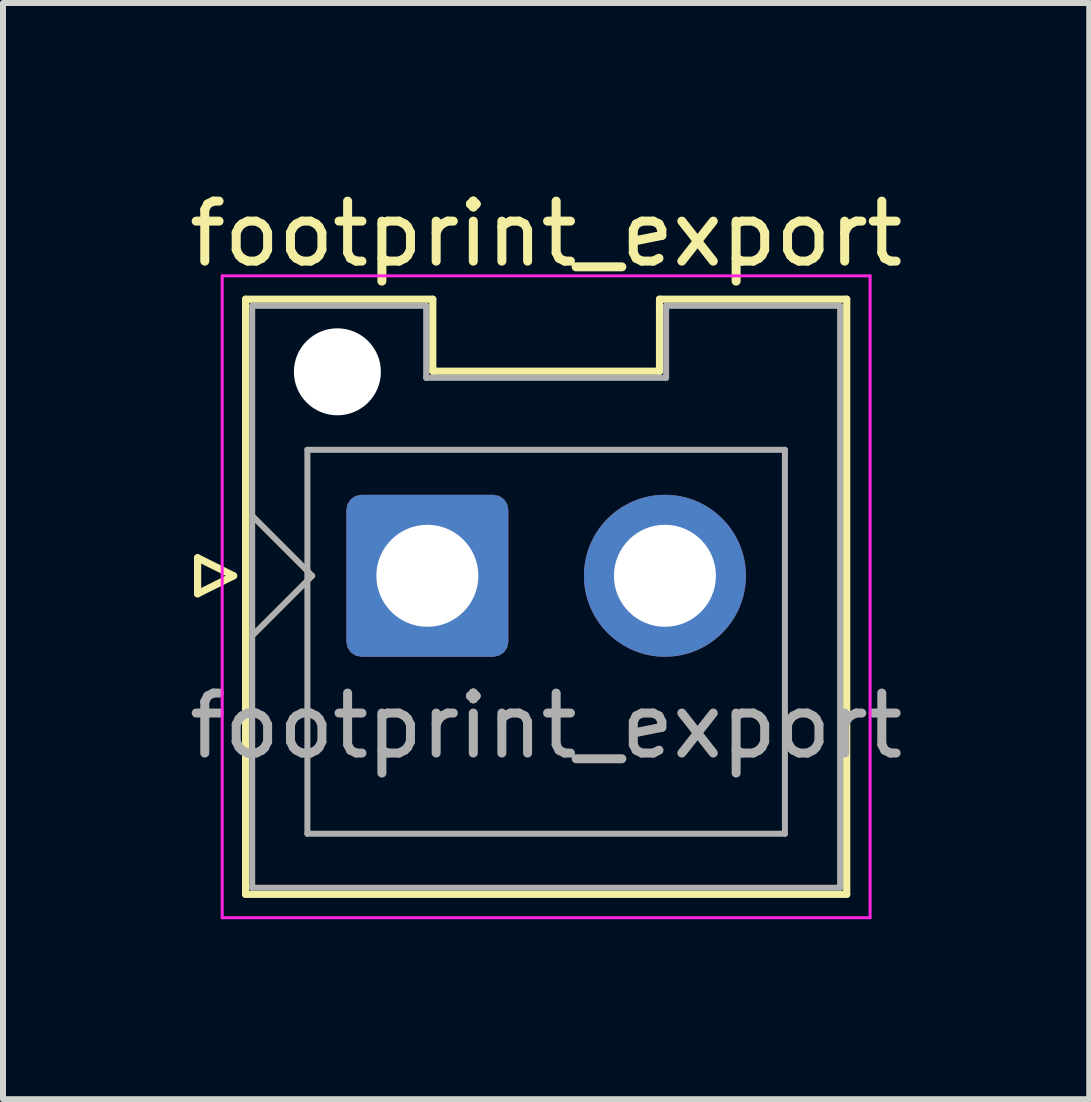
<source format=kicad_pcb>
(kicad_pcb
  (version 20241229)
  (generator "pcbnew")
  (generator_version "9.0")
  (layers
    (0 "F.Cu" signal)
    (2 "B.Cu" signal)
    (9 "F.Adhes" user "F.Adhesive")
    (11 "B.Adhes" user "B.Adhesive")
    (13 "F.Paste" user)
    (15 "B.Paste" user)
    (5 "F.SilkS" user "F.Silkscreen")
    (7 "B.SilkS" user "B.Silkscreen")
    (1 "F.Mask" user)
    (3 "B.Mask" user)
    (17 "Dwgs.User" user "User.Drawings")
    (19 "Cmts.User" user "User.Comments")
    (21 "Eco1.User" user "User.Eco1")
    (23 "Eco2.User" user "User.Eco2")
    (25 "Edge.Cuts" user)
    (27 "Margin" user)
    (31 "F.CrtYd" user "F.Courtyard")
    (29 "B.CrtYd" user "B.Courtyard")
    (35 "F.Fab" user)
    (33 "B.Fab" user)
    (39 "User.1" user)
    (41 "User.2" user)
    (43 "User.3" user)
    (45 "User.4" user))
  (footprint "footprint_export"
    (layer "F.Cu")
    (at 4.074 6.548)
    (property "Reference" "footprint_export" (at 1.98 -5.7 0) (layer "F.SilkS") (effects (font (size 1 1) (thickness 0.15))))
    (attr through_hole)
    (fp_line (start -3.83 -0.3) (end -3.23 0) (stroke (width 0.12) (type solid)) (layer "F.SilkS"))
    (fp_line (start -3.83 0.3) (end -3.83 -0.3) (stroke (width 0.12) (type solid)) (layer "F.SilkS"))
    (fp_line (start -3.23 0) (end -3.83 0.3) (stroke (width 0.12) (type solid)) (layer "F.SilkS"))
    (fp_line (start -3.03 -4.61) (end 0.09 -4.61) (stroke (width 0.12) (type solid)) (layer "F.SilkS"))
    (fp_line (start -3.03 5.31) (end -3.03 -4.61) (stroke (width 0.12) (type solid)) (layer "F.SilkS"))
    (fp_line (start 0.09 -4.61) (end 0.09 -3.41) (stroke (width 0.12) (type solid)) (layer "F.SilkS"))
    (fp_line (start 0.09 -3.41) (end 3.87 -3.41) (stroke (width 0.12) (type solid)) (layer "F.SilkS"))
    (fp_line (start 3.87 -4.61) (end 6.99 -4.61) (stroke (width 0.12) (type solid)) (layer "F.SilkS"))
    (fp_line (start 3.87 -3.41) (end 3.87 -4.61) (stroke (width 0.12) (type solid)) (layer "F.SilkS"))
    (fp_line (start 6.99 -4.61) (end 6.99 5.31) (stroke (width 0.12) (type solid)) (layer "F.SilkS"))
    (fp_line (start 6.99 5.31) (end -3.03 5.31) (stroke (width 0.12) (type solid)) (layer "F.SilkS"))
    (fp_line (start -3.42 -5) (end -3.42 5.7) (stroke (width 0.05) (type solid)) (layer "F.CrtYd"))
    (fp_line (start -3.42 5.7) (end 7.38 5.7) (stroke (width 0.05) (type solid)) (layer "F.CrtYd"))
    (fp_line (start 7.38 -5) (end -3.42 -5) (stroke (width 0.05) (type solid)) (layer "F.CrtYd"))
    (fp_line (start 7.38 5.7) (end 7.38 -5) (stroke (width 0.05) (type solid)) (layer "F.CrtYd"))
    (fp_line (start -2.92 -4.5) (end -0.02 -4.5) (stroke (width 0.1) (type solid)) (layer "F.Fab"))
    (fp_line (start -2.92 -1) (end -1.92 0) (stroke (width 0.1) (type solid)) (layer "F.Fab"))
    (fp_line (start -2.92 1) (end -1.92 0) (stroke (width 0.1) (type solid)) (layer "F.Fab"))
    (fp_line (start -2.92 5.2) (end -2.92 -4.5) (stroke (width 0.1) (type solid)) (layer "F.Fab"))
    (fp_line (start -2 -2.1) (end 5.96 -2.1) (stroke (width 0.1) (type solid)) (layer "F.Fab"))
    (fp_line (start -2 4.3) (end -2 -2.1) (stroke (width 0.1) (type solid)) (layer "F.Fab"))
    (fp_line (start -0.02 -4.5) (end -0.02 -3.3) (stroke (width 0.1) (type solid)) (layer "F.Fab"))
    (fp_line (start -0.02 -3.3) (end 3.98 -3.3) (stroke (width 0.1) (type solid)) (layer "F.Fab"))
    (fp_line (start 3.98 -4.5) (end 6.88 -4.5) (stroke (width 0.1) (type solid)) (layer "F.Fab"))
    (fp_line (start 3.98 -3.3) (end 3.98 -4.5) (stroke (width 0.1) (type solid)) (layer "F.Fab"))
    (fp_line (start 5.96 -2.1) (end 5.96 4.3) (stroke (width 0.1) (type solid)) (layer "F.Fab"))
    (fp_line (start 5.96 4.3) (end -2 4.3) (stroke (width 0.1) (type solid)) (layer "F.Fab"))
    (fp_line (start 6.88 -4.5) (end 6.88 5.2) (stroke (width 0.1) (type solid)) (layer "F.Fab"))
    (fp_line (start 6.88 5.2) (end -2.92 5.2) (stroke (width 0.1) (type solid)) (layer "F.Fab"))
    (fp_text user "${REFERENCE}" (at 1.98 2.5 0) (layer "F.Fab") (effects (font (size 1 1) (thickness 0.15))))
    (pad "" np_thru_hole circle (at -1.5 -3.4) (size 1.45 1.45) (drill 1.45) (layers "*.Cu" "*.Mask"))
    (pad "1" thru_hole roundrect (at 0 0) (size 2.7 2.7) (drill 1.7) (layers "*.Cu" "*.Mask") (roundrect_rratio 0.093))
    (pad "2" thru_hole circle (at 3.96 0) (size 2.7 2.7) (drill 1.7) (layers "*.Cu" "*.Mask")))
  (gr_rect
    (start -3 -3)
    (end 15.107 15.273)
    (stroke (width 0.1) (type default))
    (fill no)
    (layer "Edge.Cuts")))
</source>
